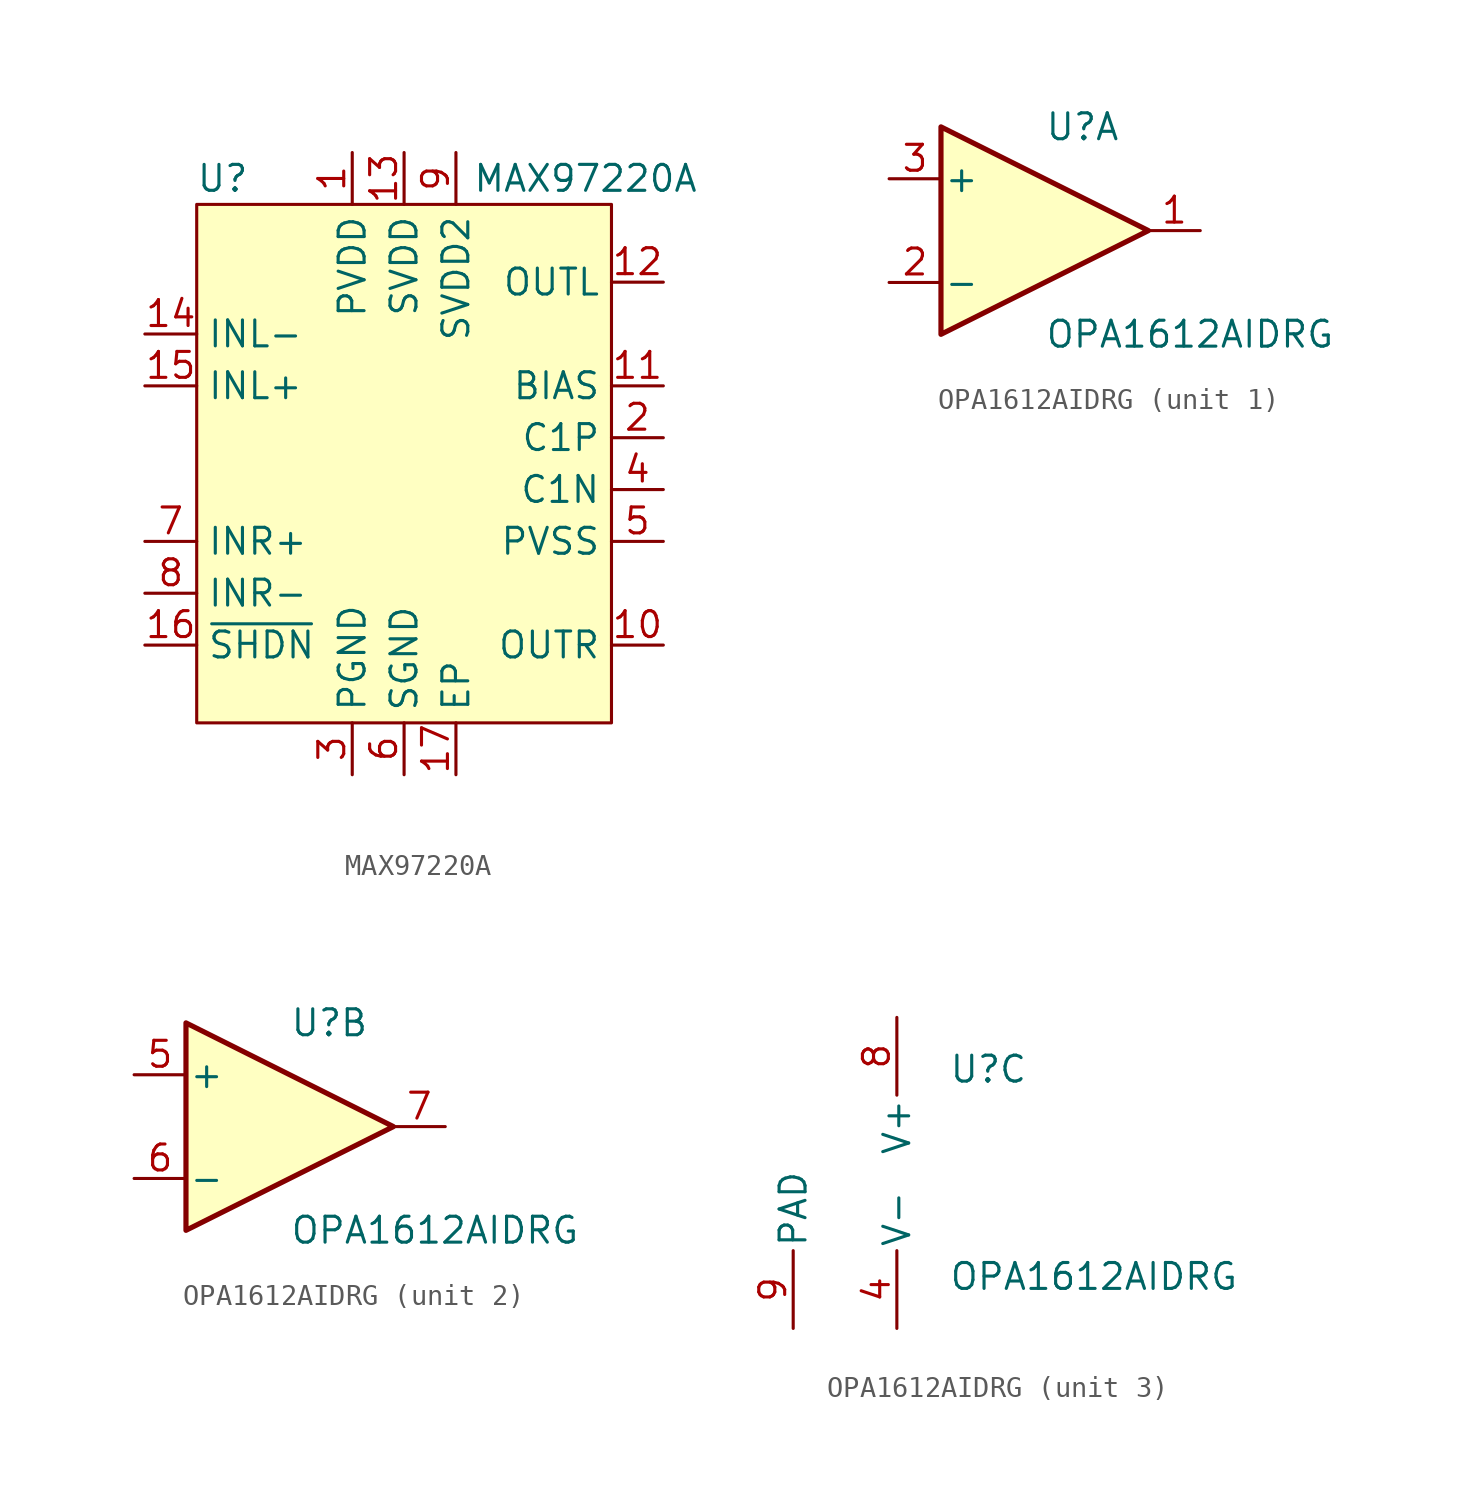
<source format=kicad_sym>
(kicad_symbol_lib
  (version 20241209)
  (generator "kicad_symbol_editor")
  (generator_version "9.0")
  (symbol "MAX97220A"
    (property "Reference" "U"
      (at -8.89 13.97 0)
      (effects (font (size 1.27 1.27))))
    (property "Value" "MAX97220A"
      (at 8.89 13.97 0)
      (effects (font (size 1.27 1.27))))
    (symbol "MAX97220A_1_1"
      (rectangle (start -10.16 12.7) (end 10.16 -12.7) (stroke (width 0) (type default)) (fill (type background)))
      (pin input line (at -12.7 6.35 0) (length 2.54) (name "INL-" (effects (font (size 1.27 1.27)))) (number "14" (effects (font (size 1.27 1.27)))))
      (pin input line (at -12.7 3.81 0) (length 2.54) (name "INL+" (effects (font (size 1.27 1.27)))) (number "15" (effects (font (size 1.27 1.27)))))
      (pin input line (at -12.7 -3.81 0) (length 2.54) (name "INR+" (effects (font (size 1.27 1.27)))) (number "7" (effects (font (size 1.27 1.27)))))
      (pin input line (at -12.7 -6.35 0) (length 2.54) (name "INR-" (effects (font (size 1.27 1.27)))) (number "8" (effects (font (size 1.27 1.27)))))
      (pin input line (at -12.7 -8.89 0) (length 2.54) (name "~{SHDN}" (effects (font (size 1.27 1.27)))) (number "16" (effects (font (size 1.27 1.27)))))
      (pin power_in line (at -2.54 15.24 270) (length 2.54) (name "PVDD" (effects (font (size 1.27 1.27)))) (number "1" (effects (font (size 1.27 1.27)))))
      (pin power_in line (at -2.54 -15.24 90) (length 2.54) (name "PGND" (effects (font (size 1.27 1.27)))) (number "3" (effects (font (size 1.27 1.27)))))
      (pin power_in line (at 0 15.24 270) (length 2.54) (name "SVDD" (effects (font (size 1.27 1.27)))) (number "13" (effects (font (size 1.27 1.27)))))
      (pin power_in line (at 0 -15.24 90) (length 2.54) (name "SGND" (effects (font (size 1.27 1.27)))) (number "6" (effects (font (size 1.27 1.27)))))
      (pin power_in line (at 2.54 15.24 270) (length 2.54) (name "SVDD2" (effects (font (size 1.27 1.27)))) (number "9" (effects (font (size 1.27 1.27)))))
      (pin passive line (at 2.54 -15.24 90) (length 2.54) (name "EP" (effects (font (size 1.27 1.27)))) (number "17" (effects (font (size 1.27 1.27)))))
      (pin output line (at 12.7 8.89 180) (length 2.54) (name "OUTL" (effects (font (size 1.27 1.27)))) (number "12" (effects (font (size 1.27 1.27)))))
      (pin input line (at 12.7 3.81 180) (length 2.54) (name "BIAS" (effects (font (size 1.27 1.27)))) (number "11" (effects (font (size 1.27 1.27)))))
      (pin power_out line (at 12.7 1.27 180) (length 2.54) (name "C1P" (effects (font (size 1.27 1.27)))) (number "2" (effects (font (size 1.27 1.27)))))
      (pin power_out line (at 12.7 -1.27 180) (length 2.54) (name "C1N" (effects (font (size 1.27 1.27)))) (number "4" (effects (font (size 1.27 1.27)))))
      (pin power_out line (at 12.7 -3.81 180) (length 2.54) (name "PVSS" (effects (font (size 1.27 1.27)))) (number "5" (effects (font (size 1.27 1.27)))))
      (pin output line (at 12.7 -8.89 180) (length 2.54) (name "OUTR" (effects (font (size 1.27 1.27)))) (number "10" (effects (font (size 1.27 1.27)))))))
  (symbol "OPA1612AIDRG"
    (pin_names
      (offset 0.127))
    (property "Reference" "U"
      (at 0 5.08 0)
      (effects (font (size 1.27 1.27)) (justify left)))
    (property "Value" "OPA1612AIDRG"
      (at 0 -5.08 0)
      (effects (font (size 1.27 1.27)) (justify left)))
    (property "ki_locked" ""
      (at 0 0 0)
      (effects (font (size 1.27 1.27))))
    (symbol "OPA1612AIDRG_1_1"
      (polyline (pts (xy -5.08 5.08) (xy 5.08 0) (xy -5.08 -5.08) (xy -5.08 5.08)) (stroke (width 0.254) (type default)) (fill (type background)))
      (pin input line (at -7.62 2.54 0) (length 2.54) (name "+" (effects (font (size 1.27 1.27)))) (number "3" (effects (font (size 1.27 1.27)))))
      (pin input line (at -7.62 -2.54 0) (length 2.54) (name "-" (effects (font (size 1.27 1.27)))) (number "2" (effects (font (size 1.27 1.27)))))
      (pin output line (at 7.62 0 180) (length 2.54) (name "~" (effects (font (size 1.27 1.27)))) (number "1" (effects (font (size 1.27 1.27))))))
    (symbol "OPA1612AIDRG_2_1"
      (polyline (pts (xy -5.08 5.08) (xy 5.08 0) (xy -5.08 -5.08) (xy -5.08 5.08)) (stroke (width 0.254) (type default)) (fill (type background)))
      (pin input line (at -7.62 2.54 0) (length 2.54) (name "+" (effects (font (size 1.27 1.27)))) (number "5" (effects (font (size 1.27 1.27)))))
      (pin input line (at -7.62 -2.54 0) (length 2.54) (name "-" (effects (font (size 1.27 1.27)))) (number "6" (effects (font (size 1.27 1.27)))))
      (pin output line (at 7.62 0 180) (length 2.54) (name "~" (effects (font (size 1.27 1.27)))) (number "7" (effects (font (size 1.27 1.27))))))
    (symbol "OPA1612AIDRG_3_1"
      (pin power_in line (at -7.62 -7.62 90) (length 3.81) (name "PAD" (effects (font (size 1.27 1.27)))) (number "9" (effects (font (size 1.27 1.27)))))
      (pin power_in line (at -2.54 7.62 270) (length 3.81) (name "V+" (effects (font (size 1.27 1.27)))) (number "8" (effects (font (size 1.27 1.27)))))
      (pin power_in line (at -2.54 -7.62 90) (length 3.81) (name "V-" (effects (font (size 1.27 1.27)))) (number "4" (effects (font (size 1.27 1.27))))))))
</source>
